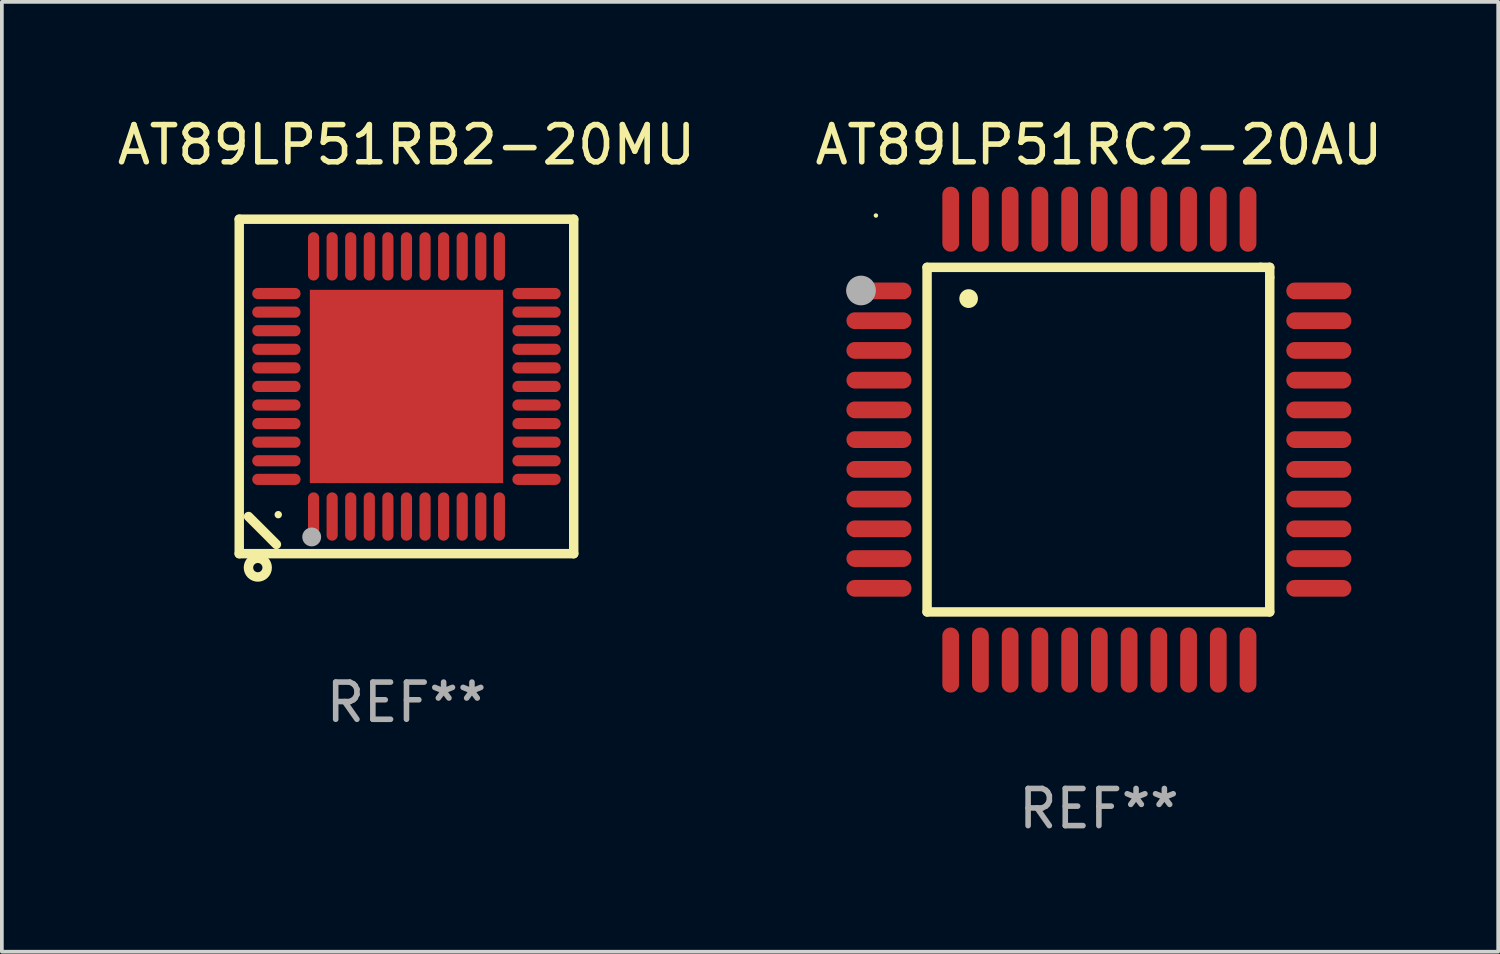
<source format=kicad_pcb>
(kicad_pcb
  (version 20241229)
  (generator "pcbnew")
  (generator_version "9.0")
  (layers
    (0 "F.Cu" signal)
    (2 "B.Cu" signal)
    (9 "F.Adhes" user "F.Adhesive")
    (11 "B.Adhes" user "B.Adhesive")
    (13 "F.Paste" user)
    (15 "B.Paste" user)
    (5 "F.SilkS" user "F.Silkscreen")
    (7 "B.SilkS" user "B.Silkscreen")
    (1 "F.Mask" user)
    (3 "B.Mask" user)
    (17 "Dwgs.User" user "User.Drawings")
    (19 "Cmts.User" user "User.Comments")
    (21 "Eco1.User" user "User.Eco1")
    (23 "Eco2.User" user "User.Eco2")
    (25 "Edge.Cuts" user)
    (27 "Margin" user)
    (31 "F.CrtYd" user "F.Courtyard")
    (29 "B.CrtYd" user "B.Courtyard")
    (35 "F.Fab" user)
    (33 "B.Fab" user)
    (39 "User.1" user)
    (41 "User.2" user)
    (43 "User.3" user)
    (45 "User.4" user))
  (footprint "AT89LP51RC2-20AU"
    (layer "F.Cu")
    (at 26.518 8.779)
    (property "Reference" "AT89LP51RC2-20AU" (at 0 -7.931 0) (layer "F.SilkS") (effects (font (size 1 1) (thickness 0.15))))
    (attr through_hole)
    (fp_line (start -4.623 -4.636) (end 4.35 -4.636) (stroke (width 0.254) (type solid)) (layer "F.SilkS"))
    (fp_line (start -4.623 4.636) (end -4.623 -4.636) (stroke (width 0.254) (type solid)) (layer "F.SilkS"))
    (fp_line (start 4.35 -4.636) (end 4.597 -4.636) (stroke (width 0.254) (type solid)) (layer "F.SilkS"))
    (fp_line (start 4.597 -4.636) (end 4.597 -4.363) (stroke (width 0.254) (type solid)) (layer "F.SilkS"))
    (fp_line (start 4.597 -4.363) (end 4.597 4.636) (stroke (width 0.254) (type solid)) (layer "F.SilkS"))
    (fp_line (start 4.597 4.636) (end -4.623 4.636) (stroke (width 0.254) (type solid)) (layer "F.SilkS"))
    (fp_arc (start -3.505207 -3.792228) (mid -3.50522 -3.794768) (end -3.505207 -3.797308) (stroke (width 0.5) (type solid)) (layer "F.SilkS"))
    (fp_circle (center -6 -6.03) (end -5.97 -6.03) (stroke (width 0.06) (type solid)) (fill no) (layer "F.SilkS"))
    (fp_circle (center -6.401 -4.013) (end -6.201 -4.013) (stroke (width 0.4) (type solid)) (fill no) (layer "F.Fab"))
    (fp_text user "REF**" (at 0 9.931 0) (layer "F.Fab") (effects (font (size 1 1) (thickness 0.15))))
    (pad "1" smd oval (at -5.918 -4.001 90) (size 0.45 1.75) (layers "F.Cu" "F.Mask" "F.Paste"))
    (pad "2" smd oval (at -5.918 -3.2 90) (size 0.45 1.75) (layers "F.Cu" "F.Mask" "F.Paste"))
    (pad "3" smd oval (at -5.918 -2.4 90) (size 0.45 1.75) (layers "F.Cu" "F.Mask" "F.Paste"))
    (pad "4" smd oval (at -5.918 -1.6 90) (size 0.45 1.75) (layers "F.Cu" "F.Mask" "F.Paste"))
    (pad "5" smd oval (at -5.918 -0.8 90) (size 0.45 1.75) (layers "F.Cu" "F.Mask" "F.Paste"))
    (pad "6" smd oval (at -5.918 0 90) (size 0.45 1.75) (layers "F.Cu" "F.Mask" "F.Paste"))
    (pad "7" smd oval (at -5.918 0.8 90) (size 0.45 1.75) (layers "F.Cu" "F.Mask" "F.Paste"))
    (pad "8" smd oval (at -5.918 1.6 90) (size 0.45 1.75) (layers "F.Cu" "F.Mask" "F.Paste"))
    (pad "9" smd oval (at -5.918 2.4 90) (size 0.45 1.75) (layers "F.Cu" "F.Mask" "F.Paste"))
    (pad "10" smd oval (at -5.918 3.2 90) (size 0.45 1.75) (layers "F.Cu" "F.Mask" "F.Paste"))
    (pad "11" smd oval (at -5.918 4.001 90) (size 0.45 1.75) (layers "F.Cu" "F.Mask" "F.Paste"))
    (pad "12" smd oval (at -3.988 5.931) (size 0.45 1.75) (layers "F.Cu" "F.Mask" "F.Paste"))
    (pad "13" smd oval (at -3.188 5.931) (size 0.45 1.75) (layers "F.Cu" "F.Mask" "F.Paste"))
    (pad "14" smd oval (at -2.388 5.931) (size 0.45 1.75) (layers "F.Cu" "F.Mask" "F.Paste"))
    (pad "15" smd oval (at -1.588 5.931) (size 0.45 1.75) (layers "F.Cu" "F.Mask" "F.Paste"))
    (pad "16" smd oval (at -0.787 5.931) (size 0.45 1.75) (layers "F.Cu" "F.Mask" "F.Paste"))
    (pad "17" smd oval (at 0.013 5.931) (size 0.45 1.75) (layers "F.Cu" "F.Mask" "F.Paste"))
    (pad "18" smd oval (at 0.813 5.931) (size 0.45 1.75) (layers "F.Cu" "F.Mask" "F.Paste"))
    (pad "19" smd oval (at 1.613 5.931) (size 0.45 1.75) (layers "F.Cu" "F.Mask" "F.Paste"))
    (pad "20" smd oval (at 2.413 5.931) (size 0.45 1.75) (layers "F.Cu" "F.Mask" "F.Paste"))
    (pad "21" smd oval (at 3.213 5.931) (size 0.45 1.75) (layers "F.Cu" "F.Mask" "F.Paste"))
    (pad "22" smd oval (at 4.013 5.931) (size 0.45 1.75) (layers "F.Cu" "F.Mask" "F.Paste"))
    (pad "23" smd oval (at 5.918 4.001 90) (size 0.45 1.75) (layers "F.Cu" "F.Mask" "F.Paste"))
    (pad "24" smd oval (at 5.918 3.2 90) (size 0.45 1.75) (layers "F.Cu" "F.Mask" "F.Paste"))
    (pad "25" smd oval (at 5.918 2.4 90) (size 0.45 1.75) (layers "F.Cu" "F.Mask" "F.Paste"))
    (pad "26" smd oval (at 5.918 1.6 90) (size 0.45 1.75) (layers "F.Cu" "F.Mask" "F.Paste"))
    (pad "27" smd oval (at 5.918 0.8 90) (size 0.45 1.75) (layers "F.Cu" "F.Mask" "F.Paste"))
    (pad "28" smd oval (at 5.918 0 90) (size 0.45 1.75) (layers "F.Cu" "F.Mask" "F.Paste"))
    (pad "29" smd oval (at 5.918 -0.8 90) (size 0.45 1.75) (layers "F.Cu" "F.Mask" "F.Paste"))
    (pad "30" smd oval (at 5.918 -1.6 90) (size 0.45 1.75) (layers "F.Cu" "F.Mask" "F.Paste"))
    (pad "31" smd oval (at 5.918 -2.4 90) (size 0.45 1.75) (layers "F.Cu" "F.Mask" "F.Paste"))
    (pad "32" smd oval (at 5.918 -3.2 90) (size 0.45 1.75) (layers "F.Cu" "F.Mask" "F.Paste"))
    (pad "33" smd oval (at 5.918 -4.001 90) (size 0.45 1.75) (layers "F.Cu" "F.Mask" "F.Paste"))
    (pad "34" smd oval (at 4.013 -5.931) (size 0.45 1.75) (layers "F.Cu" "F.Mask" "F.Paste"))
    (pad "35" smd oval (at 3.213 -5.931) (size 0.45 1.75) (layers "F.Cu" "F.Mask" "F.Paste"))
    (pad "36" smd oval (at 2.413 -5.931) (size 0.45 1.75) (layers "F.Cu" "F.Mask" "F.Paste"))
    (pad "37" smd oval (at 1.613 -5.931) (size 0.45 1.75) (layers "F.Cu" "F.Mask" "F.Paste"))
    (pad "38" smd oval (at 0.813 -5.931) (size 0.45 1.75) (layers "F.Cu" "F.Mask" "F.Paste"))
    (pad "39" smd oval (at 0.013 -5.931) (size 0.45 1.75) (layers "F.Cu" "F.Mask" "F.Paste"))
    (pad "40" smd oval (at -0.787 -5.931) (size 0.45 1.75) (layers "F.Cu" "F.Mask" "F.Paste"))
    (pad "41" smd oval (at -1.588 -5.931) (size 0.45 1.75) (layers "F.Cu" "F.Mask" "F.Paste"))
    (pad "42" smd oval (at -2.388 -5.931) (size 0.45 1.75) (layers "F.Cu" "F.Mask" "F.Paste"))
    (pad "43" smd oval (at -3.188 -5.931) (size 0.45 1.75) (layers "F.Cu" "F.Mask" "F.Paste"))
    (pad "44" smd oval (at -3.988 -5.931) (size 0.45 1.75) (layers "F.Cu" "F.Mask" "F.Paste")))
  (footprint "AT89LP51RB2-20MU"
    (layer "F.Cu")
    (at 7.887 7.348)
    (property "Reference" "AT89LP51RB2-20MU" (at 0 -6.5 0) (layer "F.SilkS") (effects (font (size 1 1) (thickness 0.15))))
    (attr through_hole)
    (fp_line (start -4.5 -4.5) (end -4.5 4.5) (stroke (width 0.254) (type solid)) (layer "F.SilkS"))
    (fp_line (start -4.5 4.5) (end 4.5 4.5) (stroke (width 0.254) (type solid)) (layer "F.SilkS"))
    (fp_line (start -3.5 4.25) (end -4.25 3.5) (stroke (width 0.254) (type solid)) (layer "F.SilkS"))
    (fp_line (start 4.5 -4.5) (end -4.5 -4.5) (stroke (width 0.254) (type solid)) (layer "F.SilkS"))
    (fp_line (start 4.5 4.5) (end 4.5 -4.5) (stroke (width 0.254) (type solid)) (layer "F.SilkS"))
    (fp_circle (center -4 4.875) (end -3.875 4.875) (stroke (width 0.254) (type solid)) (fill no) (layer "F.SilkS"))
    (fp_circle (center -3.45 3.45) (end -3.4 3.45) (stroke (width 0.1) (type solid)) (fill no) (layer "F.SilkS"))
    (fp_circle (center -2.55 4.05) (end -2.423 4.05) (stroke (width 0.254) (type solid)) (fill no) (layer "F.Fab"))
    (fp_text user "REF**" (at 0 8.5 0) (layer "F.Fab") (effects (font (size 1 1) (thickness 0.15))))
    (pad "1" smd oval (at -2.5 3.5 90) (size 1.3 0.3) (layers "F.Cu" "F.Mask" "F.Paste"))
    (pad "2" smd oval (at -2 3.5 90) (size 1.3 0.3) (layers "F.Cu" "F.Mask" "F.Paste"))
    (pad "3" smd oval (at -1.5 3.5 90) (size 1.3 0.3) (layers "F.Cu" "F.Mask" "F.Paste"))
    (pad "4" smd oval (at -1 3.5 90) (size 1.3 0.3) (layers "F.Cu" "F.Mask" "F.Paste"))
    (pad "5" smd oval (at -0.5 3.5 90) (size 1.3 0.3) (layers "F.Cu" "F.Mask" "F.Paste"))
    (pad "6" smd oval (at 0.000025 3.5 90) (size 1.3 0.3) (layers "F.Cu" "F.Mask" "F.Paste"))
    (pad "7" smd oval (at 0.5 3.5 90) (size 1.3 0.3) (layers "F.Cu" "F.Mask" "F.Paste"))
    (pad "8" smd oval (at 1 3.5 90) (size 1.3 0.3) (layers "F.Cu" "F.Mask" "F.Paste"))
    (pad "9" smd oval (at 1.5 3.5 90) (size 1.3 0.3) (layers "F.Cu" "F.Mask" "F.Paste"))
    (pad "10" smd oval (at 2 3.5 90) (size 1.3 0.3) (layers "F.Cu" "F.Mask" "F.Paste"))
    (pad "11" smd oval (at 2.5 3.5 90) (size 1.3 0.3) (layers "F.Cu" "F.Mask" "F.Paste"))
    (pad "12" smd oval (at 3.5 2.5 90) (size 0.3 1.3) (layers "F.Cu" "F.Mask" "F.Paste"))
    (pad "13" smd oval (at 3.5 2 90) (size 0.3 1.3) (layers "F.Cu" "F.Mask" "F.Paste"))
    (pad "14" smd oval (at 3.5 1.5 90) (size 0.3 1.3) (layers "F.Cu" "F.Mask" "F.Paste"))
    (pad "15" smd oval (at 3.5 1 90) (size 0.3 1.3) (layers "F.Cu" "F.Mask" "F.Paste"))
    (pad "16" smd oval (at 3.5 0.5 90) (size 0.3 1.3) (layers "F.Cu" "F.Mask" "F.Paste"))
    (pad "17" smd oval (at 3.5 0.000025 90) (size 0.3 1.3) (layers "F.Cu" "F.Mask" "F.Paste"))
    (pad "18" smd oval (at 3.5 -0.5 90) (size 0.3 1.3) (layers "F.Cu" "F.Mask" "F.Paste"))
    (pad "19" smd oval (at 3.5 -1 90) (size 0.3 1.3) (layers "F.Cu" "F.Mask" "F.Paste"))
    (pad "20" smd oval (at 3.5 -1.5 90) (size 0.3 1.3) (layers "F.Cu" "F.Mask" "F.Paste"))
    (pad "21" smd oval (at 3.5 -2 90) (size 0.3 1.3) (layers "F.Cu" "F.Mask" "F.Paste"))
    (pad "22" smd oval (at 3.5 -2.5 90) (size 0.3 1.3) (layers "F.Cu" "F.Mask" "F.Paste"))
    (pad "23" smd oval (at 2.5 -3.5 90) (size 1.3 0.3) (layers "F.Cu" "F.Mask" "F.Paste"))
    (pad "24" smd oval (at 2 -3.5 90) (size 1.3 0.3) (layers "F.Cu" "F.Mask" "F.Paste"))
    (pad "25" smd oval (at 1.5 -3.5 90) (size 1.3 0.3) (layers "F.Cu" "F.Mask" "F.Paste"))
    (pad "26" smd oval (at 1 -3.5 90) (size 1.3 0.3) (layers "F.Cu" "F.Mask" "F.Paste"))
    (pad "27" smd oval (at 0.5 -3.5 90) (size 1.3 0.3) (layers "F.Cu" "F.Mask" "F.Paste"))
    (pad "28" smd oval (at 0.000025 -3.5 90) (size 1.3 0.3) (layers "F.Cu" "F.Mask" "F.Paste"))
    (pad "29" smd oval (at -0.5 -3.5 90) (size 1.3 0.3) (layers "F.Cu" "F.Mask" "F.Paste"))
    (pad "30" smd oval (at -1 -3.5 90) (size 1.3 0.3) (layers "F.Cu" "F.Mask" "F.Paste"))
    (pad "31" smd oval (at -1.5 -3.5 90) (size 1.3 0.3) (layers "F.Cu" "F.Mask" "F.Paste"))
    (pad "32" smd oval (at -2 -3.5 90) (size 1.3 0.3) (layers "F.Cu" "F.Mask" "F.Paste"))
    (pad "33" smd oval (at -2.5 -3.5 90) (size 1.3 0.3) (layers "F.Cu" "F.Mask" "F.Paste"))
    (pad "34" smd oval (at -3.5 -2.5 90) (size 0.3 1.3) (layers "F.Cu" "F.Mask" "F.Paste"))
    (pad "35" smd oval (at -3.5 -2 90) (size 0.3 1.3) (layers "F.Cu" "F.Mask" "F.Paste"))
    (pad "36" smd oval (at -3.5 -1.5 90) (size 0.3 1.3) (layers "F.Cu" "F.Mask" "F.Paste"))
    (pad "37" smd oval (at -3.5 -1 90) (size 0.3 1.3) (layers "F.Cu" "F.Mask" "F.Paste"))
    (pad "38" smd oval (at -3.5 -0.5 90) (size 0.3 1.3) (layers "F.Cu" "F.Mask" "F.Paste"))
    (pad "39" smd oval (at -3.5 0.000025 90) (size 0.3 1.3) (layers "F.Cu" "F.Mask" "F.Paste"))
    (pad "40" smd oval (at -3.5 0.5 90) (size 0.3 1.3) (layers "F.Cu" "F.Mask" "F.Paste"))
    (pad "41" smd oval (at -3.5 1 90) (size 0.3 1.3) (layers "F.Cu" "F.Mask" "F.Paste"))
    (pad "42" smd oval (at -3.5 1.5 90) (size 0.3 1.3) (layers "F.Cu" "F.Mask" "F.Paste"))
    (pad "43" smd oval (at -3.5 2 90) (size 0.3 1.3) (layers "F.Cu" "F.Mask" "F.Paste"))
    (pad "44" smd oval (at -3.5 2.5 90) (size 0.3 1.3) (layers "F.Cu" "F.Mask" "F.Paste"))
    (pad "45" smd rect (at 0.000025 0.000025 90) (size 5.2 5.2) (layers "F.Cu" "F.Mask" "F.Paste")))
  (gr_rect
    (start -3 -3)
    (end 37.262 22.558)
    (stroke (width 0.1) (type default))
    (fill no)
    (layer "Edge.Cuts")))
</source>
